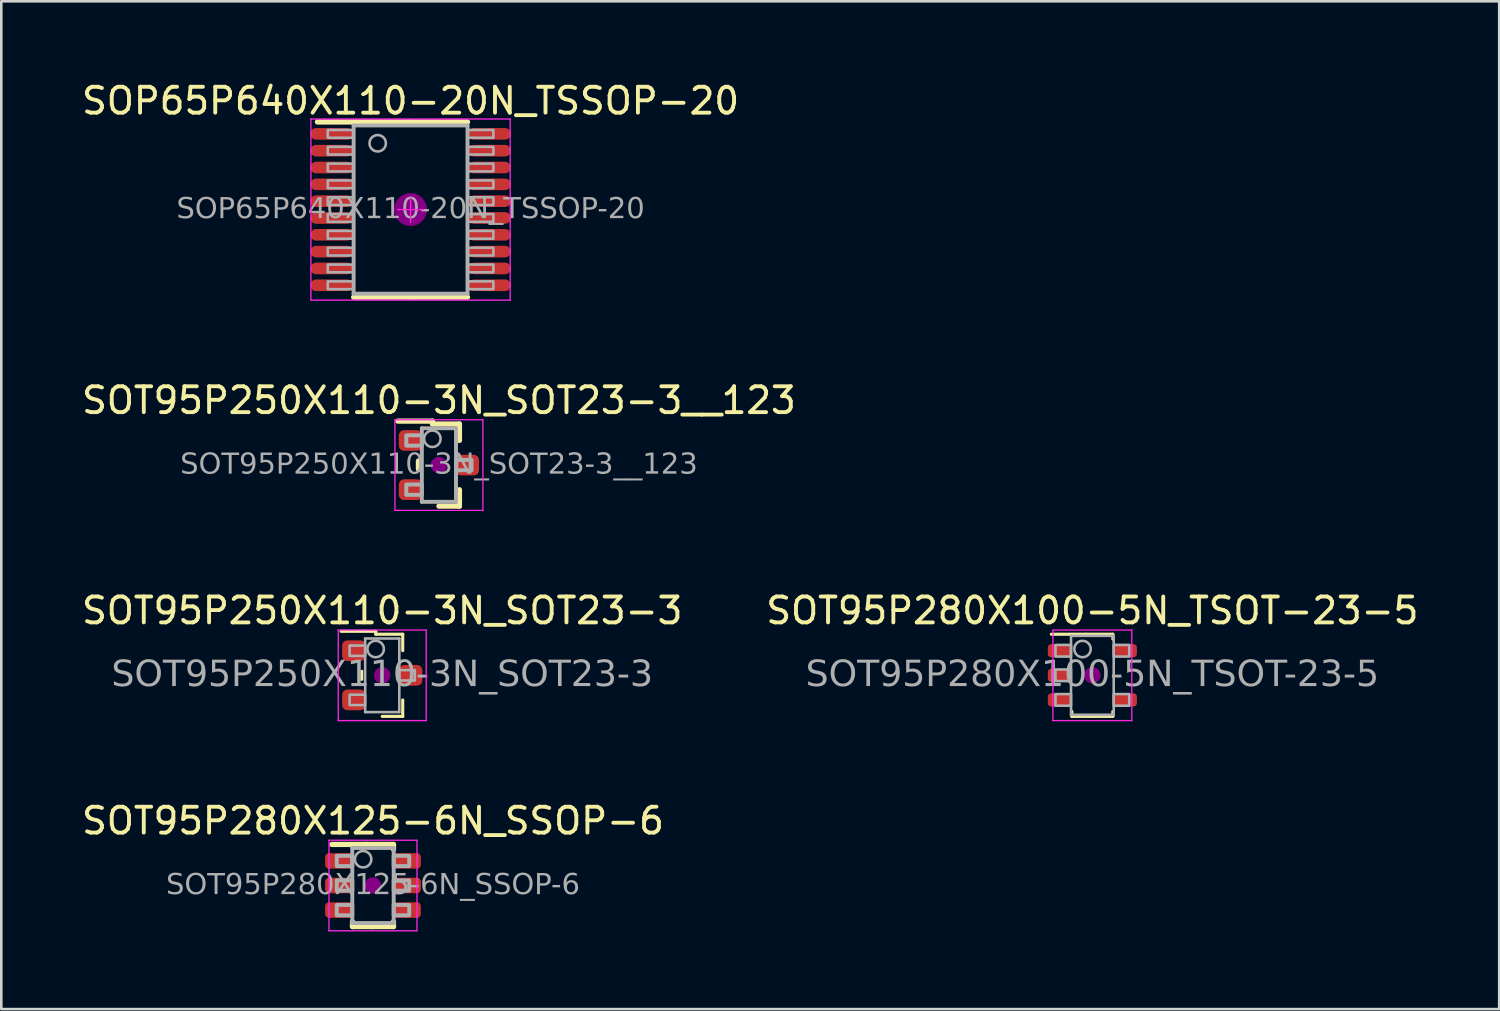
<source format=kicad_pcb>
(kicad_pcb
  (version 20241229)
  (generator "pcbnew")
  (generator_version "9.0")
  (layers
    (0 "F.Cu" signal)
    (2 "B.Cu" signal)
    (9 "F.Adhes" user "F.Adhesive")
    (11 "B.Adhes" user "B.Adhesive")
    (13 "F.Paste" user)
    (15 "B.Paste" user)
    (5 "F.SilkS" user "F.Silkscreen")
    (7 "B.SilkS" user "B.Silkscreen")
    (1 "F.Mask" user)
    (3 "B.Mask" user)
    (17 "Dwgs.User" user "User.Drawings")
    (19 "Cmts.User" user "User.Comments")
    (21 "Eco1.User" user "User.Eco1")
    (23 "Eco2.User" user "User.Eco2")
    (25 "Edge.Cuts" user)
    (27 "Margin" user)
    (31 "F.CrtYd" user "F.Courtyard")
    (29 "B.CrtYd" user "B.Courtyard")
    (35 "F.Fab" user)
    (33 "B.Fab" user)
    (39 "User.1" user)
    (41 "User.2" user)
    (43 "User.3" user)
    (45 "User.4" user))
  (footprint "SOP65P640X110-20N_TSSOP-20"
    (layer "F.Cu")
    (at 12.815 5.048)
    (property "Reference" "SOP65P640X110-20N_TSSOP-20" (at 0 -4.2 0) (layer "F.SilkS") (effects (font (size 1 1) (thickness 0.15))))
    (attr smd)
    (fp_line (start 0 -3.385) (end -3.6 -3.385) (stroke (width 0.203) (type solid)) (layer "F.SilkS"))
    (fp_line (start 0 -3.385) (end 2.2 -3.385) (stroke (width 0.203) (type solid)) (layer "F.SilkS"))
    (fp_line (start 0 3.385) (end -2.2 3.385) (stroke (width 0.203) (type solid)) (layer "F.SilkS"))
    (fp_line (start 0 3.385) (end 2.2 3.385) (stroke (width 0.203) (type solid)) (layer "F.SilkS"))
    (fp_circle (center 0 0) (end 0.635 0) (stroke (width 0) (type solid)) (fill yes) (layer "F.Adhes"))
    (fp_line (start -3.85 -3.5) (end -3.85 3.5) (stroke (width 0.05) (type solid)) (layer "F.CrtYd"))
    (fp_line (start -3.85 3.5) (end 3.85 3.5) (stroke (width 0.05) (type solid)) (layer "F.CrtYd"))
    (fp_line (start -0.5 0) (end 0.5 0) (stroke (width 0.05) (type default)) (layer "F.CrtYd"))
    (fp_line (start 0 0.5) (end 0 -0.5) (stroke (width 0.05) (type default)) (layer "F.CrtYd"))
    (fp_line (start 3.85 -3.5) (end -3.85 -3.5) (stroke (width 0.05) (type solid)) (layer "F.CrtYd"))
    (fp_line (start 3.85 3.5) (end 3.85 -3.5) (stroke (width 0.05) (type solid)) (layer "F.CrtYd"))
    (fp_line (start -2.2 -3.25) (end 2.2 -3.25) (stroke (width 0.152) (type solid)) (layer "F.Fab"))
    (fp_line (start -2.2 3.25) (end -2.2 -3.25) (stroke (width 0.152) (type solid)) (layer "F.Fab"))
    (fp_line (start 2.2 -3.25) (end 2.2 3.25) (stroke (width 0.152) (type solid)) (layer "F.Fab"))
    (fp_line (start 2.2 3.25) (end -2.2 3.25) (stroke (width 0.152) (type solid)) (layer "F.Fab"))
    (fp_rect (start -3.2 -3.075) (end -2.2 -2.775) (stroke (width 0.1) (type solid)) (fill no) (layer "F.Fab"))
    (fp_rect (start -3.2 -2.425) (end -2.2 -2.125) (stroke (width 0.1) (type solid)) (fill no) (layer "F.Fab"))
    (fp_rect (start -3.2 -1.775) (end -2.2 -1.475) (stroke (width 0.1) (type solid)) (fill no) (layer "F.Fab"))
    (fp_rect (start -3.2 -1.125) (end -2.2 -0.825) (stroke (width 0.1) (type solid)) (fill no) (layer "F.Fab"))
    (fp_rect (start -3.2 -0.475) (end -2.2 -0.175) (stroke (width 0.1) (type solid)) (fill no) (layer "F.Fab"))
    (fp_rect (start -3.2 0.175) (end -2.2 0.475) (stroke (width 0.1) (type solid)) (fill no) (layer "F.Fab"))
    (fp_rect (start -3.2 0.825) (end -2.2 1.125) (stroke (width 0.1) (type solid)) (fill no) (layer "F.Fab"))
    (fp_rect (start -3.2 1.475) (end -2.2 1.775) (stroke (width 0.1) (type solid)) (fill no) (layer "F.Fab"))
    (fp_rect (start -3.2 2.125) (end -2.2 2.425) (stroke (width 0.1) (type solid)) (fill no) (layer "F.Fab"))
    (fp_rect (start -3.2 2.775) (end -2.2 3.075) (stroke (width 0.1) (type solid)) (fill no) (layer "F.Fab"))
    (fp_rect (start 3.2 -2.775) (end 2.2 -3.075) (stroke (width 0.1) (type solid)) (fill no) (layer "F.Fab"))
    (fp_rect (start 3.2 -2.125) (end 2.2 -2.425) (stroke (width 0.1) (type solid)) (fill no) (layer "F.Fab"))
    (fp_rect (start 3.2 -1.475) (end 2.2 -1.775) (stroke (width 0.1) (type solid)) (fill no) (layer "F.Fab"))
    (fp_rect (start 3.2 -0.825) (end 2.2 -1.125) (stroke (width 0.1) (type solid)) (fill no) (layer "F.Fab"))
    (fp_rect (start 3.2 -0.175) (end 2.2 -0.475) (stroke (width 0.1) (type solid)) (fill no) (layer "F.Fab"))
    (fp_rect (start 3.2 0.475) (end 2.2 0.175) (stroke (width 0.1) (type solid)) (fill no) (layer "F.Fab"))
    (fp_rect (start 3.2 1.125) (end 2.2 0.825) (stroke (width 0.1) (type solid)) (fill no) (layer "F.Fab"))
    (fp_rect (start 3.2 1.775) (end 2.2 1.475) (stroke (width 0.1) (type solid)) (fill no) (layer "F.Fab"))
    (fp_rect (start 3.2 2.425) (end 2.2 2.125) (stroke (width 0.1) (type solid)) (fill no) (layer "F.Fab"))
    (fp_rect (start 3.2 3.075) (end 2.2 2.775) (stroke (width 0.1) (type solid)) (fill no) (layer "F.Fab"))
    (fp_circle (center -1.27 -2.562) (end -0.953 -2.562) (stroke (width 0.1) (type solid)) (fill no) (layer "F.Fab"))
    (fp_text user "${REFERENCE}" (at 0 0 0) (layer "F.Fab") (effects (font (face "Tahoma") (size 0.8 0.8) (thickness 0.12))))
    (pad "1" smd roundrect (at -3.05 -2.925) (size 1.65 0.45) (layers "F.Cu" "F.Mask" "F.Paste") (roundrect_rratio 0.5))
    (pad "2" smd roundrect (at -3.05 -2.275) (size 1.65 0.45) (layers "F.Cu" "F.Mask" "F.Paste") (roundrect_rratio 0.5))
    (pad "3" smd roundrect (at -3.05 -1.625) (size 1.65 0.45) (layers "F.Cu" "F.Mask" "F.Paste") (roundrect_rratio 0.5))
    (pad "4" smd roundrect (at -3.05 -0.975) (size 1.65 0.45) (layers "F.Cu" "F.Mask" "F.Paste") (roundrect_rratio 0.5))
    (pad "5" smd roundrect (at -3.05 -0.325) (size 1.65 0.45) (layers "F.Cu" "F.Mask" "F.Paste") (roundrect_rratio 0.5))
    (pad "6" smd roundrect (at -3.05 0.325) (size 1.65 0.45) (layers "F.Cu" "F.Mask" "F.Paste") (roundrect_rratio 0.5))
    (pad "7" smd roundrect (at -3.05 0.975) (size 1.65 0.45) (layers "F.Cu" "F.Mask" "F.Paste") (roundrect_rratio 0.5))
    (pad "8" smd roundrect (at -3.05 1.625) (size 1.65 0.45) (layers "F.Cu" "F.Mask" "F.Paste") (roundrect_rratio 0.5))
    (pad "9" smd roundrect (at -3.05 2.275) (size 1.65 0.45) (layers "F.Cu" "F.Mask" "F.Paste") (roundrect_rratio 0.5))
    (pad "10" smd roundrect (at -3.05 2.925) (size 1.65 0.45) (layers "F.Cu" "F.Mask" "F.Paste") (roundrect_rratio 0.5))
    (pad "11" smd roundrect (at 3.05 2.925) (size 1.65 0.45) (layers "F.Cu" "F.Mask" "F.Paste") (roundrect_rratio 0.5))
    (pad "12" smd roundrect (at 3.05 2.275) (size 1.65 0.45) (layers "F.Cu" "F.Mask" "F.Paste") (roundrect_rratio 0.5))
    (pad "13" smd roundrect (at 3.05 1.625) (size 1.65 0.45) (layers "F.Cu" "F.Mask" "F.Paste") (roundrect_rratio 0.5))
    (pad "14" smd roundrect (at 3.05 0.975) (size 1.65 0.45) (layers "F.Cu" "F.Mask" "F.Paste") (roundrect_rratio 0.5))
    (pad "15" smd roundrect (at 3.05 0.325) (size 1.65 0.45) (layers "F.Cu" "F.Mask" "F.Paste") (roundrect_rratio 0.5))
    (pad "16" smd roundrect (at 3.05 -0.325) (size 1.65 0.45) (layers "F.Cu" "F.Mask" "F.Paste") (roundrect_rratio 0.5))
    (pad "17" smd roundrect (at 3.05 -0.975) (size 1.65 0.45) (layers "F.Cu" "F.Mask" "F.Paste") (roundrect_rratio 0.5))
    (pad "18" smd roundrect (at 3.05 -1.625) (size 1.65 0.45) (layers "F.Cu" "F.Mask" "F.Paste") (roundrect_rratio 0.5))
    (pad "19" smd roundrect (at 3.05 -2.275) (size 1.65 0.45) (layers "F.Cu" "F.Mask" "F.Paste") (roundrect_rratio 0.5))
    (pad "20" smd roundrect (at 3.05 -2.925) (size 1.65 0.45) (layers "F.Cu" "F.Mask" "F.Paste") (roundrect_rratio 0.5)))
  (footprint "SOT95P280X125-6N_SSOP-6"
    (layer "F.Cu")
    (at 11.363 31.168)
    (property "Reference" "SOT95P280X125-6N_SSOP-6" (at 0 -2.5 0) (layer "F.SilkS") (effects (font (size 1 1) (thickness 0.15))))
    (attr smd)
    (fp_line (start -0.792 1.397) (end -0.792 1.587) (stroke (width 0.203) (type solid)) (layer "F.SilkS"))
    (fp_line (start -0.792 1.587) (end 0 1.587) (stroke (width 0.203) (type solid)) (layer "F.SilkS"))
    (fp_line (start -0.249 -1.587) (end -1.587 -1.587) (stroke (width 0.203) (type solid)) (layer "F.SilkS"))
    (fp_line (start 0.792 -1.587) (end -0.249 -1.587) (stroke (width 0.203) (type solid)) (layer "F.SilkS"))
    (fp_line (start 0.792 -1.587) (end 0.792 -1.397) (stroke (width 0.203) (type solid)) (layer "F.SilkS"))
    (fp_line (start 0.792 1.397) (end 0.792 1.587) (stroke (width 0.203) (type solid)) (layer "F.SilkS"))
    (fp_line (start 0.792 1.587) (end 0 1.587) (stroke (width 0.203) (type solid)) (layer "F.SilkS"))
    (fp_circle (center 0 0) (end 0.318 0) (stroke (width 0) (type solid)) (fill yes) (layer "F.Adhes"))
    (fp_line (start -1.7 -1.75) (end 1.7 -1.75) (stroke (width 0.05) (type solid)) (layer "F.CrtYd"))
    (fp_line (start -1.7 1.75) (end -1.7 -1.75) (stroke (width 0.05) (type solid)) (layer "F.CrtYd"))
    (fp_line (start 1.7 -1.75) (end 1.7 1.75) (stroke (width 0.05) (type solid)) (layer "F.CrtYd"))
    (fp_line (start 1.7 1.75) (end -1.7 1.75) (stroke (width 0.05) (type solid)) (layer "F.CrtYd"))
    (fp_line (start -0.8 -1.45) (end -0.8 1.45) (stroke (width 0.152) (type solid)) (layer "F.Fab"))
    (fp_line (start -0.8 1.45) (end 0.8 1.45) (stroke (width 0.152) (type solid)) (layer "F.Fab"))
    (fp_line (start 0.8 -1.45) (end -0.8 -1.45) (stroke (width 0.152) (type solid)) (layer "F.Fab"))
    (fp_line (start 0.8 1.45) (end 0.8 -1.45) (stroke (width 0.152) (type solid)) (layer "F.Fab"))
    (fp_rect (start -1.4 -1.15) (end -0.8 -0.75) (stroke (width 0.152) (type solid)) (fill no) (layer "F.Fab"))
    (fp_rect (start -1.4 -0.2) (end -0.8 0.2) (stroke (width 0.152) (type solid)) (fill no) (layer "F.Fab"))
    (fp_rect (start -1.4 0.75) (end -0.8 1.15) (stroke (width 0.152) (type solid)) (fill no) (layer "F.Fab"))
    (fp_rect (start 1.4 -0.75) (end 0.8 -1.15) (stroke (width 0.152) (type solid)) (fill no) (layer "F.Fab"))
    (fp_rect (start 1.4 0.2) (end 0.8 -0.2) (stroke (width 0.152) (type solid)) (fill no) (layer "F.Fab"))
    (fp_rect (start 1.4 1.15) (end 0.8 0.75) (stroke (width 0.152) (type solid)) (fill no) (layer "F.Fab"))
    (fp_circle (center -0.381 -1.016) (end -0.064 -1.016) (stroke (width 0.1) (type solid)) (fill no) (layer "F.Fab"))
    (fp_text user "${REFERENCE}" (at 0 0 0) (layer "F.Fab") (effects (font (face "Tahoma") (size 0.8 0.8) (thickness 0.12))))
    (pad "1" smd roundrect (at -1.3 -0.95) (size 1.1 0.6) (layers "F.Cu" "F.Mask" "F.Paste") (roundrect_rratio 0.25))
    (pad "2" smd roundrect (at -1.3 0) (size 1.1 0.6) (layers "F.Cu" "F.Mask" "F.Paste") (roundrect_rratio 0.25))
    (pad "3" smd roundrect (at -1.3 0.95) (size 1.1 0.6) (layers "F.Cu" "F.Mask" "F.Paste") (roundrect_rratio 0.25))
    (pad "4" smd roundrect (at 1.3 0.95) (size 1.1 0.6) (layers "F.Cu" "F.Mask" "F.Paste") (roundrect_rratio 0.25))
    (pad "5" smd roundrect (at 1.3 0) (size 1.1 0.6) (layers "F.Cu" "F.Mask" "F.Paste") (roundrect_rratio 0.25))
    (pad "6" smd roundrect (at 1.3 -0.95) (size 1.1 0.6) (layers "F.Cu" "F.Mask" "F.Paste") (roundrect_rratio 0.25)))
  (footprint "SOT95P280X100-5N_TSOT-23-5"
    (layer "F.Cu")
    (at 39.161 23.045)
    (property "Reference" "SOT95P280X100-5N_TSOT-23-5" (at 0 -2.5 0) (layer "F.SilkS") (effects (font (size 1 1) (thickness 0.15))))
    (attr smd)
    (fp_line (start -0.792 1.397) (end -0.792 1.587) (stroke (width 0.12) (type solid)) (layer "F.SilkS"))
    (fp_line (start -0.792 1.587) (end 0 1.587) (stroke (width 0.12) (type solid)) (layer "F.SilkS"))
    (fp_line (start -0.249 -1.587) (end -1.587 -1.587) (stroke (width 0.12) (type solid)) (layer "F.SilkS"))
    (fp_line (start 0.792 -1.587) (end -0.249 -1.587) (stroke (width 0.12) (type solid)) (layer "F.SilkS"))
    (fp_line (start 0.792 -1.587) (end 0.792 -1.397) (stroke (width 0.12) (type solid)) (layer "F.SilkS"))
    (fp_line (start 0.792 1.397) (end 0.792 1.587) (stroke (width 0.12) (type solid)) (layer "F.SilkS"))
    (fp_line (start 0.792 1.587) (end 0 1.587) (stroke (width 0.12) (type solid)) (layer "F.SilkS"))
    (fp_circle (center 0 0) (end 0.318 0) (stroke (width 0) (type solid)) (fill yes) (layer "F.Adhes"))
    (fp_line (start -1.524 -1.75) (end 1.524 -1.75) (stroke (width 0.05) (type solid)) (layer "F.CrtYd"))
    (fp_line (start -1.524 1.75) (end -1.524 -1.75) (stroke (width 0.05) (type solid)) (layer "F.CrtYd"))
    (fp_line (start 1.524 -1.75) (end 1.524 1.75) (stroke (width 0.05) (type solid)) (layer "F.CrtYd"))
    (fp_line (start 1.524 1.75) (end -1.524 1.75) (stroke (width 0.05) (type solid)) (layer "F.CrtYd"))
    (fp_line (start -0.825 -1.525) (end -0.825 1.525) (stroke (width 0.1) (type solid)) (layer "F.Fab"))
    (fp_line (start -0.825 1.525) (end 0.825 1.525) (stroke (width 0.1) (type solid)) (layer "F.Fab"))
    (fp_line (start 0.825 -1.525) (end -0.825 -1.525) (stroke (width 0.1) (type solid)) (layer "F.Fab"))
    (fp_line (start 0.825 1.525) (end 0.825 -1.525) (stroke (width 0.1) (type solid)) (layer "F.Fab"))
    (fp_rect (start -1.425 -1.175) (end -0.825 -0.725) (stroke (width 0.1) (type solid)) (fill no) (layer "F.Fab"))
    (fp_rect (start -1.425 -0.225) (end -0.825 0.225) (stroke (width 0.1) (type solid)) (fill no) (layer "F.Fab"))
    (fp_rect (start -1.425 0.725) (end -0.825 1.175) (stroke (width 0.1) (type solid)) (fill no) (layer "F.Fab"))
    (fp_rect (start 1.425 -0.725) (end 0.825 -1.175) (stroke (width 0.1) (type solid)) (fill no) (layer "F.Fab"))
    (fp_rect (start 1.425 1.175) (end 0.825 0.725) (stroke (width 0.1) (type solid)) (fill no) (layer "F.Fab"))
    (fp_circle (center -0.381 -1.016) (end -0.064 -1.016) (stroke (width 0.1) (type solid)) (fill no) (layer "F.Fab"))
    (fp_text user "${REFERENCE}" (at 0 0 0) (layer "F.Fab") (effects (font (face "Tahoma") (size 1 1) (thickness 0.15))))
    (pad "1" smd roundrect (at -1.261 -0.95) (size 0.922 0.508) (layers "F.Cu" "F.Mask" "F.Paste") (roundrect_rratio 0.25))
    (pad "2" smd roundrect (at -1.261 0) (size 0.922 0.508) (layers "F.Cu" "F.Mask" "F.Paste") (roundrect_rratio 0.25))
    (pad "3" smd roundrect (at -1.261 0.95) (size 0.922 0.508) (layers "F.Cu" "F.Mask" "F.Paste") (roundrect_rratio 0.25))
    (pad "4" smd roundrect (at 1.261 0.95) (size 0.922 0.508) (layers "F.Cu" "F.Mask" "F.Paste") (roundrect_rratio 0.25))
    (pad "5" smd roundrect (at 1.261 -0.95) (size 0.922 0.508) (layers "F.Cu" "F.Mask" "F.Paste") (roundrect_rratio 0.25)))
  (footprint "SOT95P250X110-3N_SOT23-3__123"
    (layer "F.Cu")
    (at 13.911 14.921)
    (property "Reference" "SOT95P250X110-3N_SOT23-3__123" (at 0 -2.5 0) (layer "F.SilkS") (effects (font (size 1 1) (thickness 0.15))))
    (attr smd)
    (fp_line (start -0.792 -0.157) (end -0.792 0.157) (stroke (width 0.203) (type solid)) (layer "F.SilkS"))
    (fp_line (start -0.249 -1.699) (end -1.587 -1.699) (stroke (width 0.203) (type solid)) (layer "F.SilkS"))
    (fp_line (start -0.249 -1.587) (end -0.249 -1.699) (stroke (width 0.203) (type solid)) (layer "F.SilkS"))
    (fp_line (start 0.792 -1.587) (end -0.249 -1.587) (stroke (width 0.203) (type solid)) (layer "F.SilkS"))
    (fp_line (start 0.792 -1.587) (end 0.792 -0.953) (stroke (width 0.203) (type solid)) (layer "F.SilkS"))
    (fp_line (start 0.792 0.953) (end 0.792 1.587) (stroke (width 0.203) (type solid)) (layer "F.SilkS"))
    (fp_line (start 0.792 1.587) (end 0 1.587) (stroke (width 0.203) (type solid)) (layer "F.SilkS"))
    (fp_circle (center 0 0) (end 0.318 0) (stroke (width 0) (type solid)) (fill yes) (layer "F.Adhes"))
    (fp_line (start -1.7 -1.75) (end 1.7 -1.75) (stroke (width 0.05) (type solid)) (layer "F.CrtYd"))
    (fp_line (start -1.7 1.75) (end -1.7 -1.75) (stroke (width 0.05) (type solid)) (layer "F.CrtYd"))
    (fp_line (start 1.7 -1.75) (end 1.7 1.75) (stroke (width 0.05) (type solid)) (layer "F.CrtYd"))
    (fp_line (start 1.7 1.75) (end -1.7 1.75) (stroke (width 0.05) (type solid)) (layer "F.CrtYd"))
    (fp_line (start -0.66 -1.422) (end -0.66 1.422) (stroke (width 0.152) (type solid)) (layer "F.Fab"))
    (fp_line (start -0.66 1.422) (end 0.66 1.422) (stroke (width 0.152) (type solid)) (layer "F.Fab"))
    (fp_line (start 0.66 -1.422) (end -0.66 -1.422) (stroke (width 0.152) (type solid)) (layer "F.Fab"))
    (fp_line (start 0.66 1.422) (end 0.66 -1.422) (stroke (width 0.152) (type solid)) (layer "F.Fab"))
    (fp_rect (start -1.26 -1.15) (end -0.66 -0.75) (stroke (width 0.152) (type solid)) (fill no) (layer "F.Fab"))
    (fp_rect (start -1.26 0.75) (end -0.66 1.15) (stroke (width 0.152) (type solid)) (fill no) (layer "F.Fab"))
    (fp_rect (start 1.26 0.2) (end 0.66 -0.2) (stroke (width 0.152) (type solid)) (fill no) (layer "F.Fab"))
    (fp_circle (center -0.254 -1.016) (end 0.064 -1.016) (stroke (width 0.1) (type solid)) (fill no) (layer "F.Fab"))
    (fp_text user "${REFERENCE}" (at 0 0 0) (layer "F.Fab") (effects (font (face "Tahoma") (size 0.8 0.8) (thickness 0.12))))
    (pad "1" smd roundrect (at -1.1 -0.95) (size 0.9 0.8) (layers "F.Cu" "F.Mask" "F.Paste") (roundrect_rratio 0.25))
    (pad "2" smd roundrect (at -1.1 0.95) (size 0.9 0.8) (layers "F.Cu" "F.Mask" "F.Paste") (roundrect_rratio 0.25))
    (pad "3" smd roundrect (at 1.1 0) (size 0.9 0.8) (layers "F.Cu" "F.Mask" "F.Paste") (roundrect_rratio 0.25)))
  (footprint "SOT95P250X110-3N_SOT23-3"
    (layer "F.Cu")
    (at 11.72 23.045)
    (property "Reference" "SOT95P250X110-3N_SOT23-3" (at 0 -2.5 0) (layer "F.SilkS") (effects (font (size 1 1) (thickness 0.15))))
    (attr smd)
    (fp_line (start -0.792 -0.157) (end -0.792 0.157) (stroke (width 0.12) (type solid)) (layer "F.SilkS"))
    (fp_line (start -0.249 -1.699) (end -1.587 -1.699) (stroke (width 0.12) (type solid)) (layer "F.SilkS"))
    (fp_line (start -0.249 -1.587) (end -0.249 -1.699) (stroke (width 0.12) (type solid)) (layer "F.SilkS"))
    (fp_line (start 0.792 -1.587) (end -0.249 -1.587) (stroke (width 0.12) (type solid)) (layer "F.SilkS"))
    (fp_line (start 0.792 -1.587) (end 0.792 -0.953) (stroke (width 0.12) (type solid)) (layer "F.SilkS"))
    (fp_line (start 0.792 0.953) (end 0.792 1.587) (stroke (width 0.12) (type solid)) (layer "F.SilkS"))
    (fp_line (start 0.792 1.587) (end 0 1.587) (stroke (width 0.12) (type solid)) (layer "F.SilkS"))
    (fp_circle (center 0 0) (end 0.318 0) (stroke (width 0) (type solid)) (fill yes) (layer "F.Adhes"))
    (fp_line (start -1.7 -1.75) (end 1.7 -1.75) (stroke (width 0.05) (type solid)) (layer "F.CrtYd"))
    (fp_line (start -1.7 1.75) (end -1.7 -1.75) (stroke (width 0.05) (type solid)) (layer "F.CrtYd"))
    (fp_line (start 1.7 -1.75) (end 1.7 1.75) (stroke (width 0.05) (type solid)) (layer "F.CrtYd"))
    (fp_line (start 1.7 1.75) (end -1.7 1.75) (stroke (width 0.05) (type solid)) (layer "F.CrtYd"))
    (fp_line (start -0.66 -1.422) (end -0.66 1.422) (stroke (width 0.1) (type solid)) (layer "F.Fab"))
    (fp_line (start -0.66 1.422) (end 0.66 1.422) (stroke (width 0.1) (type solid)) (layer "F.Fab"))
    (fp_line (start 0.66 -1.422) (end -0.66 -1.422) (stroke (width 0.1) (type solid)) (layer "F.Fab"))
    (fp_line (start 0.66 1.422) (end 0.66 -1.422) (stroke (width 0.1) (type solid)) (layer "F.Fab"))
    (fp_rect (start -1.26 -1.15) (end -0.66 -0.75) (stroke (width 0.1) (type solid)) (fill no) (layer "F.Fab"))
    (fp_rect (start -1.26 0.75) (end -0.66 1.15) (stroke (width 0.1) (type solid)) (fill no) (layer "F.Fab"))
    (fp_rect (start 1.26 0.2) (end 0.66 -0.2) (stroke (width 0.1) (type solid)) (fill no) (layer "F.Fab"))
    (fp_circle (center -0.254 -1.016) (end 0.064 -1.016) (stroke (width 0.1) (type solid)) (fill no) (layer "F.Fab"))
    (fp_text user "${REFERENCE}" (at 0 0 0) (layer "F.Fab") (effects (font (face "Tahoma") (size 1 1) (thickness 0.15))))
    (pad "1" smd roundrect (at -1.1 -0.95) (size 0.9 0.8) (layers "F.Cu" "F.Mask" "F.Paste") (roundrect_rratio 0.25))
    (pad "2" smd roundrect (at -1.1 0.95) (size 0.9 0.8) (layers "F.Cu" "F.Mask" "F.Paste") (roundrect_rratio 0.25))
    (pad "3" smd roundrect (at 1.1 0) (size 0.9 0.8) (layers "F.Cu" "F.Mask" "F.Paste") (roundrect_rratio 0.25)))
  (gr_rect
    (start -3 -3)
    (end 54.881 35.943)
    (stroke (width 0.1) (type default))
    (fill no)
    (layer "Edge.Cuts")))
</source>
